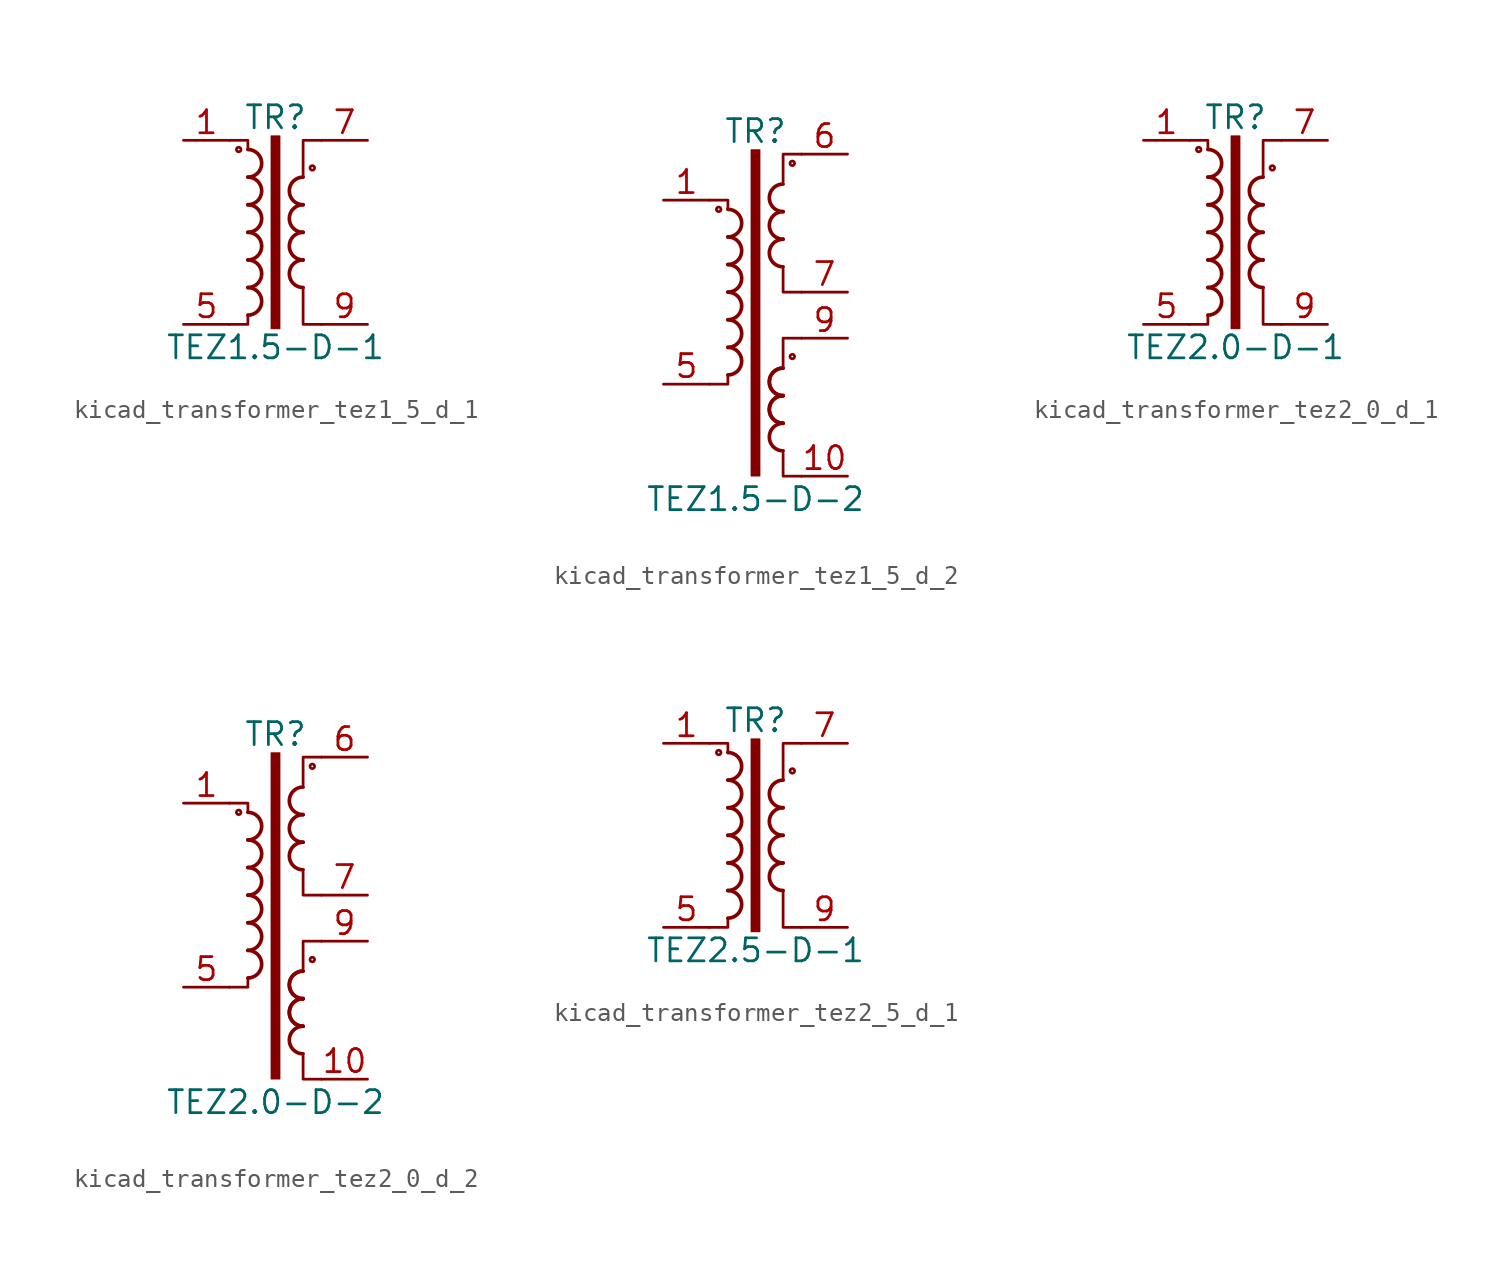
<source format=kicad_sym>
(kicad_symbol_lib
  (version 20220914)
  (generator kicad_symbol_editor)
  (symbol "kicad_transformer_tez1_5_d_1"
    (pin_names
      (offset 0.025))
    (property "Reference" "TR"
      (at 0 6.35 0)
      (effects (font (size 1.27 1.27))))
    (property "Value" "TEZ1.5-D-1"
      (at 0 -6.35 0)
      (effects (font (size 1.27 1.27))))
    (symbol "kicad_transformer_tez1_5_d_1_0_1"
      (circle (center -2.032 4.572) (radius 0.127) (stroke (width 0) (type default)) (fill (type none)))
      (arc (start -1.524 -4.572) (mid -0.7653 -3.81) (end -1.524 -3.048) (stroke (width 0.2032) (type default)) (fill (type none)))
      (arc (start -1.524 -3.048) (mid -0.7653 -2.286) (end -1.524 -1.524) (stroke (width 0.2032) (type default)) (fill (type none)))
      (arc (start -1.524 -1.524) (mid -0.7653 -0.762) (end -1.524 0) (stroke (width 0.2032) (type default)) (fill (type none)))
      (arc (start -1.524 0) (mid -0.7653 0.762) (end -1.524 1.524) (stroke (width 0.2032) (type default)) (fill (type none)))
      (arc (start -1.524 1.524) (mid -0.7653 2.286) (end -1.524 3.048) (stroke (width 0.2032) (type default)) (fill (type none)))
      (arc (start -1.524 3.048) (mid -0.7653 3.81) (end -1.524 4.572) (stroke (width 0.2032) (type default)) (fill (type none)))
      (rectangle (start -0.254 5.334) (end 0.254 -5.334) (stroke (width 0.025) (type default)) (fill (type outline)))
      (polyline (pts (xy -1.524 -4.572) (xy -1.524 -5.08) (xy -2.54 -5.08)) (stroke (width 0) (type default)) (fill (type none)))
      (polyline (pts (xy -1.524 4.572) (xy -1.524 5.08) (xy -2.54 5.08)) (stroke (width 0) (type default)) (fill (type none)))
      (polyline (pts (xy 1.524 3.048) (xy 1.524 5.08) (xy 2.54 5.08) (xy 2.54 5.08)) (stroke (width 0.152) (type default)) (fill (type none)))
      (polyline (pts (xy 2.54 -5.08) (xy 1.524 -5.08) (xy 1.524 -3.048) (xy 1.524 -3.048)) (stroke (width 0.152) (type default)) (fill (type none)))
      (arc (start 1.524 -1.524) (mid 0.7653 -2.286) (end 1.524 -3.048) (stroke (width 0.2032) (type default)) (fill (type none)))
      (arc (start 1.524 0) (mid 0.7653 -0.762) (end 1.524 -1.524) (stroke (width 0.2032) (type default)) (fill (type none)))
      (arc (start 1.524 1.524) (mid 0.7653 0.762) (end 1.524 0) (stroke (width 0.2032) (type default)) (fill (type none)))
      (arc (start 1.524 3.048) (mid 0.7653 2.286) (end 1.524 1.524) (stroke (width 0.2032) (type default)) (fill (type none)))
      (circle (center 2.032 3.556) (radius 0.127) (stroke (width 0) (type default)) (fill (type none))))
    (symbol "kicad_transformer_tez1_5_d_1_1_1"
      (pin passive line (at -5.08 5.08 0) (length 2.54) (name "~" (effects (font (size 1.27 1.27)))) (number "1" (effects (font (size 1.27 1.27)))))
      (pin passive line (at -5.08 -5.08 0) (length 2.54) (name "~" (effects (font (size 1.27 1.27)))) (number "5" (effects (font (size 1.27 1.27)))))
      (pin passive line (at 5.08 5.08 180) (length 2.54) (name "~" (effects (font (size 1.27 1.27)))) (number "7" (effects (font (size 1.27 1.27)))))
      (pin passive line (at 5.08 -5.08 180) (length 2.54) (name "~" (effects (font (size 1.27 1.27)))) (number "9" (effects (font (size 1.27 1.27)))))))
  (symbol "kicad_transformer_tez1_5_d_2"
    (pin_names
      (offset 0.025))
    (property "Reference" "TR"
      (at 0 8.89 0)
      (effects (font (size 1.27 1.27))))
    (property "Value" "TEZ1.5-D-2"
      (at 0 -11.43 0)
      (effects (font (size 1.27 1.27))))
    (symbol "kicad_transformer_tez1_5_d_2_0_1"
      (circle (center -2.032 4.572) (radius 0.127) (stroke (width 0) (type default)) (fill (type none)))
      (arc (start -1.524 -4.572) (mid -0.7653 -3.81) (end -1.524 -3.048) (stroke (width 0.2032) (type default)) (fill (type none)))
      (arc (start -1.524 -3.048) (mid -0.7653 -2.286) (end -1.524 -1.524) (stroke (width 0.2032) (type default)) (fill (type none)))
      (arc (start -1.524 -1.524) (mid -0.7653 -0.762) (end -1.524 0) (stroke (width 0.2032) (type default)) (fill (type none)))
      (arc (start -1.524 0) (mid -0.7653 0.762) (end -1.524 1.524) (stroke (width 0.2032) (type default)) (fill (type none)))
      (arc (start -1.524 1.524) (mid -0.7653 2.286) (end -1.524 3.048) (stroke (width 0.2032) (type default)) (fill (type none)))
      (arc (start -1.524 3.048) (mid -0.7653 3.81) (end -1.524 4.572) (stroke (width 0.2032) (type default)) (fill (type none)))
      (rectangle (start -0.254 7.874) (end 0.254 -10.16) (stroke (width 0.025) (type default)) (fill (type outline)))
      (polyline (pts (xy -1.524 -4.572) (xy -1.524 -5.08) (xy -2.54 -5.08)) (stroke (width 0) (type default)) (fill (type none)))
      (polyline (pts (xy -1.524 4.572) (xy -1.524 5.08) (xy -2.54 5.08)) (stroke (width 0) (type default)) (fill (type none)))
      (polyline (pts (xy 1.524 -8.89) (xy 1.524 -10.16) (xy 2.54 -10.16)) (stroke (width 0) (type default)) (fill (type none)))
      (polyline (pts (xy 2.54 -2.54) (xy 1.524 -2.54) (xy 1.524 -4.064)) (stroke (width 0) (type default)) (fill (type none)))
      (polyline (pts (xy 2.54 0) (xy 1.524 0) (xy 1.524 1.27)) (stroke (width 0) (type default)) (fill (type none)))
      (polyline (pts (xy 2.54 7.62) (xy 1.524 7.62) (xy 1.524 6.096)) (stroke (width 0) (type default)) (fill (type none)))
      (arc (start 1.524 -7.239) (mid 0.7653 -8.001) (end 1.524 -8.763) (stroke (width 0.2032) (type default)) (fill (type none)))
      (arc (start 1.524 -5.715) (mid 0.7653 -6.477) (end 1.524 -7.239) (stroke (width 0.2032) (type default)) (fill (type none)))
      (arc (start 1.524 -5.715) (mid 0.7653 -6.477) (end 1.524 -7.239) (stroke (width 0.2032) (type default)) (fill (type none)))
      (arc (start 1.524 -4.191) (mid 0.7653 -4.953) (end 1.524 -5.715) (stroke (width 0.2032) (type default)) (fill (type none)))
      (arc (start 1.524 -4.191) (mid 0.7653 -4.953) (end 1.524 -5.715) (stroke (width 0.2032) (type default)) (fill (type none)))
      (arc (start 1.524 2.921) (mid 0.7653 2.159) (end 1.524 1.397) (stroke (width 0.2032) (type default)) (fill (type none)))
      (arc (start 1.524 4.445) (mid 0.7653 3.683) (end 1.524 2.921) (stroke (width 0.2032) (type default)) (fill (type none)))
      (arc (start 1.524 5.969) (mid 0.7653 5.207) (end 1.524 4.445) (stroke (width 0.2032) (type default)) (fill (type none)))
      (circle (center 2.032 -3.556) (radius 0.127) (stroke (width 0) (type default)) (fill (type none)))
      (circle (center 2.032 7.112) (radius 0.127) (stroke (width 0) (type default)) (fill (type none))))
    (symbol "kicad_transformer_tez1_5_d_2_1_1"
      (pin passive line (at -5.08 5.08 0) (length 2.54) (name "~" (effects (font (size 1.27 1.27)))) (number "1" (effects (font (size 1.27 1.27)))))
      (pin passive line (at 5.08 -10.16 180) (length 2.54) (name "~" (effects (font (size 1.27 1.27)))) (number "10" (effects (font (size 1.27 1.27)))))
      (pin passive line (at -5.08 -5.08 0) (length 2.54) (name "~" (effects (font (size 1.27 1.27)))) (number "5" (effects (font (size 1.27 1.27)))))
      (pin passive line (at 5.08 7.62 180) (length 2.54) (name "~" (effects (font (size 1.27 1.27)))) (number "6" (effects (font (size 1.27 1.27)))))
      (pin passive line (at 5.08 0 180) (length 2.54) (name "~" (effects (font (size 1.27 1.27)))) (number "7" (effects (font (size 1.27 1.27)))))
      (pin passive line (at 5.08 -2.54 180) (length 2.54) (name "~" (effects (font (size 1.27 1.27)))) (number "9" (effects (font (size 1.27 1.27)))))))
  (symbol "kicad_transformer_tez2_0_d_1"
    (pin_names
      (offset 0.025))
    (property "Reference" "TR"
      (at 0 6.35 0)
      (effects (font (size 1.27 1.27))))
    (property "Value" "TEZ2.0-D-1"
      (at 0 -6.35 0)
      (effects (font (size 1.27 1.27))))
    (symbol "kicad_transformer_tez2_0_d_1_0_1"
      (circle (center -2.032 4.572) (radius 0.127) (stroke (width 0) (type default)) (fill (type none)))
      (arc (start -1.524 -4.572) (mid -0.7653 -3.81) (end -1.524 -3.048) (stroke (width 0.2032) (type default)) (fill (type none)))
      (arc (start -1.524 -3.048) (mid -0.7653 -2.286) (end -1.524 -1.524) (stroke (width 0.2032) (type default)) (fill (type none)))
      (arc (start -1.524 -1.524) (mid -0.7653 -0.762) (end -1.524 0) (stroke (width 0.2032) (type default)) (fill (type none)))
      (arc (start -1.524 0) (mid -0.7653 0.762) (end -1.524 1.524) (stroke (width 0.2032) (type default)) (fill (type none)))
      (arc (start -1.524 1.524) (mid -0.7653 2.286) (end -1.524 3.048) (stroke (width 0.2032) (type default)) (fill (type none)))
      (arc (start -1.524 3.048) (mid -0.7653 3.81) (end -1.524 4.572) (stroke (width 0.2032) (type default)) (fill (type none)))
      (rectangle (start -0.254 5.334) (end 0.254 -5.334) (stroke (width 0.025) (type default)) (fill (type outline)))
      (polyline (pts (xy -1.524 -4.572) (xy -1.524 -5.08) (xy -2.54 -5.08)) (stroke (width 0) (type default)) (fill (type none)))
      (polyline (pts (xy -1.524 4.572) (xy -1.524 5.08) (xy -2.54 5.08)) (stroke (width 0) (type default)) (fill (type none)))
      (polyline (pts (xy 1.524 3.048) (xy 1.524 5.08) (xy 2.54 5.08) (xy 2.54 5.08)) (stroke (width 0.152) (type default)) (fill (type none)))
      (polyline (pts (xy 2.54 -5.08) (xy 1.524 -5.08) (xy 1.524 -3.048) (xy 1.524 -3.048)) (stroke (width 0.152) (type default)) (fill (type none)))
      (arc (start 1.524 -1.524) (mid 0.7653 -2.286) (end 1.524 -3.048) (stroke (width 0.2032) (type default)) (fill (type none)))
      (arc (start 1.524 0) (mid 0.7653 -0.762) (end 1.524 -1.524) (stroke (width 0.2032) (type default)) (fill (type none)))
      (arc (start 1.524 1.524) (mid 0.7653 0.762) (end 1.524 0) (stroke (width 0.2032) (type default)) (fill (type none)))
      (arc (start 1.524 3.048) (mid 0.7653 2.286) (end 1.524 1.524) (stroke (width 0.2032) (type default)) (fill (type none)))
      (circle (center 2.032 3.556) (radius 0.127) (stroke (width 0) (type default)) (fill (type none))))
    (symbol "kicad_transformer_tez2_0_d_1_1_1"
      (pin passive line (at -5.08 5.08 0) (length 2.54) (name "~" (effects (font (size 1.27 1.27)))) (number "1" (effects (font (size 1.27 1.27)))))
      (pin passive line (at -5.08 -5.08 0) (length 2.54) (name "~" (effects (font (size 1.27 1.27)))) (number "5" (effects (font (size 1.27 1.27)))))
      (pin passive line (at 5.08 5.08 180) (length 2.54) (name "~" (effects (font (size 1.27 1.27)))) (number "7" (effects (font (size 1.27 1.27)))))
      (pin passive line (at 5.08 -5.08 180) (length 2.54) (name "~" (effects (font (size 1.27 1.27)))) (number "9" (effects (font (size 1.27 1.27)))))))
  (symbol "kicad_transformer_tez2_0_d_2"
    (pin_names
      (offset 0.025))
    (property "Reference" "TR"
      (at 0 8.89 0)
      (effects (font (size 1.27 1.27))))
    (property "Value" "TEZ2.0-D-2"
      (at 0 -11.43 0)
      (effects (font (size 1.27 1.27))))
    (symbol "kicad_transformer_tez2_0_d_2_0_1"
      (circle (center -2.032 4.572) (radius 0.127) (stroke (width 0) (type default)) (fill (type none)))
      (arc (start -1.524 -4.572) (mid -0.7653 -3.81) (end -1.524 -3.048) (stroke (width 0.2032) (type default)) (fill (type none)))
      (arc (start -1.524 -3.048) (mid -0.7653 -2.286) (end -1.524 -1.524) (stroke (width 0.2032) (type default)) (fill (type none)))
      (arc (start -1.524 -1.524) (mid -0.7653 -0.762) (end -1.524 0) (stroke (width 0.2032) (type default)) (fill (type none)))
      (arc (start -1.524 0) (mid -0.7653 0.762) (end -1.524 1.524) (stroke (width 0.2032) (type default)) (fill (type none)))
      (arc (start -1.524 1.524) (mid -0.7653 2.286) (end -1.524 3.048) (stroke (width 0.2032) (type default)) (fill (type none)))
      (arc (start -1.524 3.048) (mid -0.7653 3.81) (end -1.524 4.572) (stroke (width 0.2032) (type default)) (fill (type none)))
      (rectangle (start -0.254 7.874) (end 0.254 -10.16) (stroke (width 0.025) (type default)) (fill (type outline)))
      (polyline (pts (xy -1.524 -4.572) (xy -1.524 -5.08) (xy -2.54 -5.08)) (stroke (width 0) (type default)) (fill (type none)))
      (polyline (pts (xy -1.524 4.572) (xy -1.524 5.08) (xy -2.54 5.08)) (stroke (width 0) (type default)) (fill (type none)))
      (polyline (pts (xy 1.524 -8.89) (xy 1.524 -10.16) (xy 2.54 -10.16)) (stroke (width 0) (type default)) (fill (type none)))
      (polyline (pts (xy 2.54 -2.54) (xy 1.524 -2.54) (xy 1.524 -4.064)) (stroke (width 0) (type default)) (fill (type none)))
      (polyline (pts (xy 2.54 0) (xy 1.524 0) (xy 1.524 1.27)) (stroke (width 0) (type default)) (fill (type none)))
      (polyline (pts (xy 2.54 7.62) (xy 1.524 7.62) (xy 1.524 6.096)) (stroke (width 0) (type default)) (fill (type none)))
      (arc (start 1.524 -7.239) (mid 0.7653 -8.001) (end 1.524 -8.763) (stroke (width 0.2032) (type default)) (fill (type none)))
      (arc (start 1.524 -5.715) (mid 0.7653 -6.477) (end 1.524 -7.239) (stroke (width 0.2032) (type default)) (fill (type none)))
      (arc (start 1.524 -5.715) (mid 0.7653 -6.477) (end 1.524 -7.239) (stroke (width 0.2032) (type default)) (fill (type none)))
      (arc (start 1.524 -4.191) (mid 0.7653 -4.953) (end 1.524 -5.715) (stroke (width 0.2032) (type default)) (fill (type none)))
      (arc (start 1.524 -4.191) (mid 0.7653 -4.953) (end 1.524 -5.715) (stroke (width 0.2032) (type default)) (fill (type none)))
      (arc (start 1.524 2.921) (mid 0.7653 2.159) (end 1.524 1.397) (stroke (width 0.2032) (type default)) (fill (type none)))
      (arc (start 1.524 4.445) (mid 0.7653 3.683) (end 1.524 2.921) (stroke (width 0.2032) (type default)) (fill (type none)))
      (arc (start 1.524 5.969) (mid 0.7653 5.207) (end 1.524 4.445) (stroke (width 0.2032) (type default)) (fill (type none)))
      (circle (center 2.032 -3.556) (radius 0.127) (stroke (width 0) (type default)) (fill (type none)))
      (circle (center 2.032 7.112) (radius 0.127) (stroke (width 0) (type default)) (fill (type none))))
    (symbol "kicad_transformer_tez2_0_d_2_1_1"
      (pin passive line (at -5.08 5.08 0) (length 2.54) (name "~" (effects (font (size 1.27 1.27)))) (number "1" (effects (font (size 1.27 1.27)))))
      (pin passive line (at 5.08 -10.16 180) (length 2.54) (name "~" (effects (font (size 1.27 1.27)))) (number "10" (effects (font (size 1.27 1.27)))))
      (pin passive line (at -5.08 -5.08 0) (length 2.54) (name "~" (effects (font (size 1.27 1.27)))) (number "5" (effects (font (size 1.27 1.27)))))
      (pin passive line (at 5.08 7.62 180) (length 2.54) (name "~" (effects (font (size 1.27 1.27)))) (number "6" (effects (font (size 1.27 1.27)))))
      (pin passive line (at 5.08 0 180) (length 2.54) (name "~" (effects (font (size 1.27 1.27)))) (number "7" (effects (font (size 1.27 1.27)))))
      (pin passive line (at 5.08 -2.54 180) (length 2.54) (name "~" (effects (font (size 1.27 1.27)))) (number "9" (effects (font (size 1.27 1.27)))))))
  (symbol "kicad_transformer_tez2_5_d_1"
    (pin_names
      (offset 0.025))
    (property "Reference" "TR"
      (at 0 6.35 0)
      (effects (font (size 1.27 1.27))))
    (property "Value" "TEZ2.5-D-1"
      (at 0 -6.35 0)
      (effects (font (size 1.27 1.27))))
    (symbol "kicad_transformer_tez2_5_d_1_0_1"
      (circle (center -2.032 4.572) (radius 0.127) (stroke (width 0) (type default)) (fill (type none)))
      (arc (start -1.524 -4.572) (mid -0.7653 -3.81) (end -1.524 -3.048) (stroke (width 0.2032) (type default)) (fill (type none)))
      (arc (start -1.524 -3.048) (mid -0.7653 -2.286) (end -1.524 -1.524) (stroke (width 0.2032) (type default)) (fill (type none)))
      (arc (start -1.524 -1.524) (mid -0.7653 -0.762) (end -1.524 0) (stroke (width 0.2032) (type default)) (fill (type none)))
      (arc (start -1.524 0) (mid -0.7653 0.762) (end -1.524 1.524) (stroke (width 0.2032) (type default)) (fill (type none)))
      (arc (start -1.524 1.524) (mid -0.7653 2.286) (end -1.524 3.048) (stroke (width 0.2032) (type default)) (fill (type none)))
      (arc (start -1.524 3.048) (mid -0.7653 3.81) (end -1.524 4.572) (stroke (width 0.2032) (type default)) (fill (type none)))
      (rectangle (start -0.254 5.334) (end 0.254 -5.334) (stroke (width 0.025) (type default)) (fill (type outline)))
      (polyline (pts (xy -1.524 -4.572) (xy -1.524 -5.08) (xy -2.54 -5.08)) (stroke (width 0) (type default)) (fill (type none)))
      (polyline (pts (xy -1.524 4.572) (xy -1.524 5.08) (xy -2.54 5.08)) (stroke (width 0) (type default)) (fill (type none)))
      (polyline (pts (xy 1.524 3.048) (xy 1.524 5.08) (xy 2.54 5.08) (xy 2.54 5.08)) (stroke (width 0.152) (type default)) (fill (type none)))
      (polyline (pts (xy 2.54 -5.08) (xy 1.524 -5.08) (xy 1.524 -3.048) (xy 1.524 -3.048)) (stroke (width 0.152) (type default)) (fill (type none)))
      (arc (start 1.524 -1.524) (mid 0.7653 -2.286) (end 1.524 -3.048) (stroke (width 0.2032) (type default)) (fill (type none)))
      (arc (start 1.524 0) (mid 0.7653 -0.762) (end 1.524 -1.524) (stroke (width 0.2032) (type default)) (fill (type none)))
      (arc (start 1.524 1.524) (mid 0.7653 0.762) (end 1.524 0) (stroke (width 0.2032) (type default)) (fill (type none)))
      (arc (start 1.524 3.048) (mid 0.7653 2.286) (end 1.524 1.524) (stroke (width 0.2032) (type default)) (fill (type none)))
      (circle (center 2.032 3.556) (radius 0.127) (stroke (width 0) (type default)) (fill (type none))))
    (symbol "kicad_transformer_tez2_5_d_1_1_1"
      (pin passive line (at -5.08 5.08 0) (length 2.54) (name "~" (effects (font (size 1.27 1.27)))) (number "1" (effects (font (size 1.27 1.27)))))
      (pin passive line (at -5.08 -5.08 0) (length 2.54) (name "~" (effects (font (size 1.27 1.27)))) (number "5" (effects (font (size 1.27 1.27)))))
      (pin passive line (at 5.08 5.08 180) (length 2.54) (name "~" (effects (font (size 1.27 1.27)))) (number "7" (effects (font (size 1.27 1.27)))))
      (pin passive line (at 5.08 -5.08 180) (length 2.54) (name "~" (effects (font (size 1.27 1.27)))) (number "9" (effects (font (size 1.27 1.27))))))))
</source>
